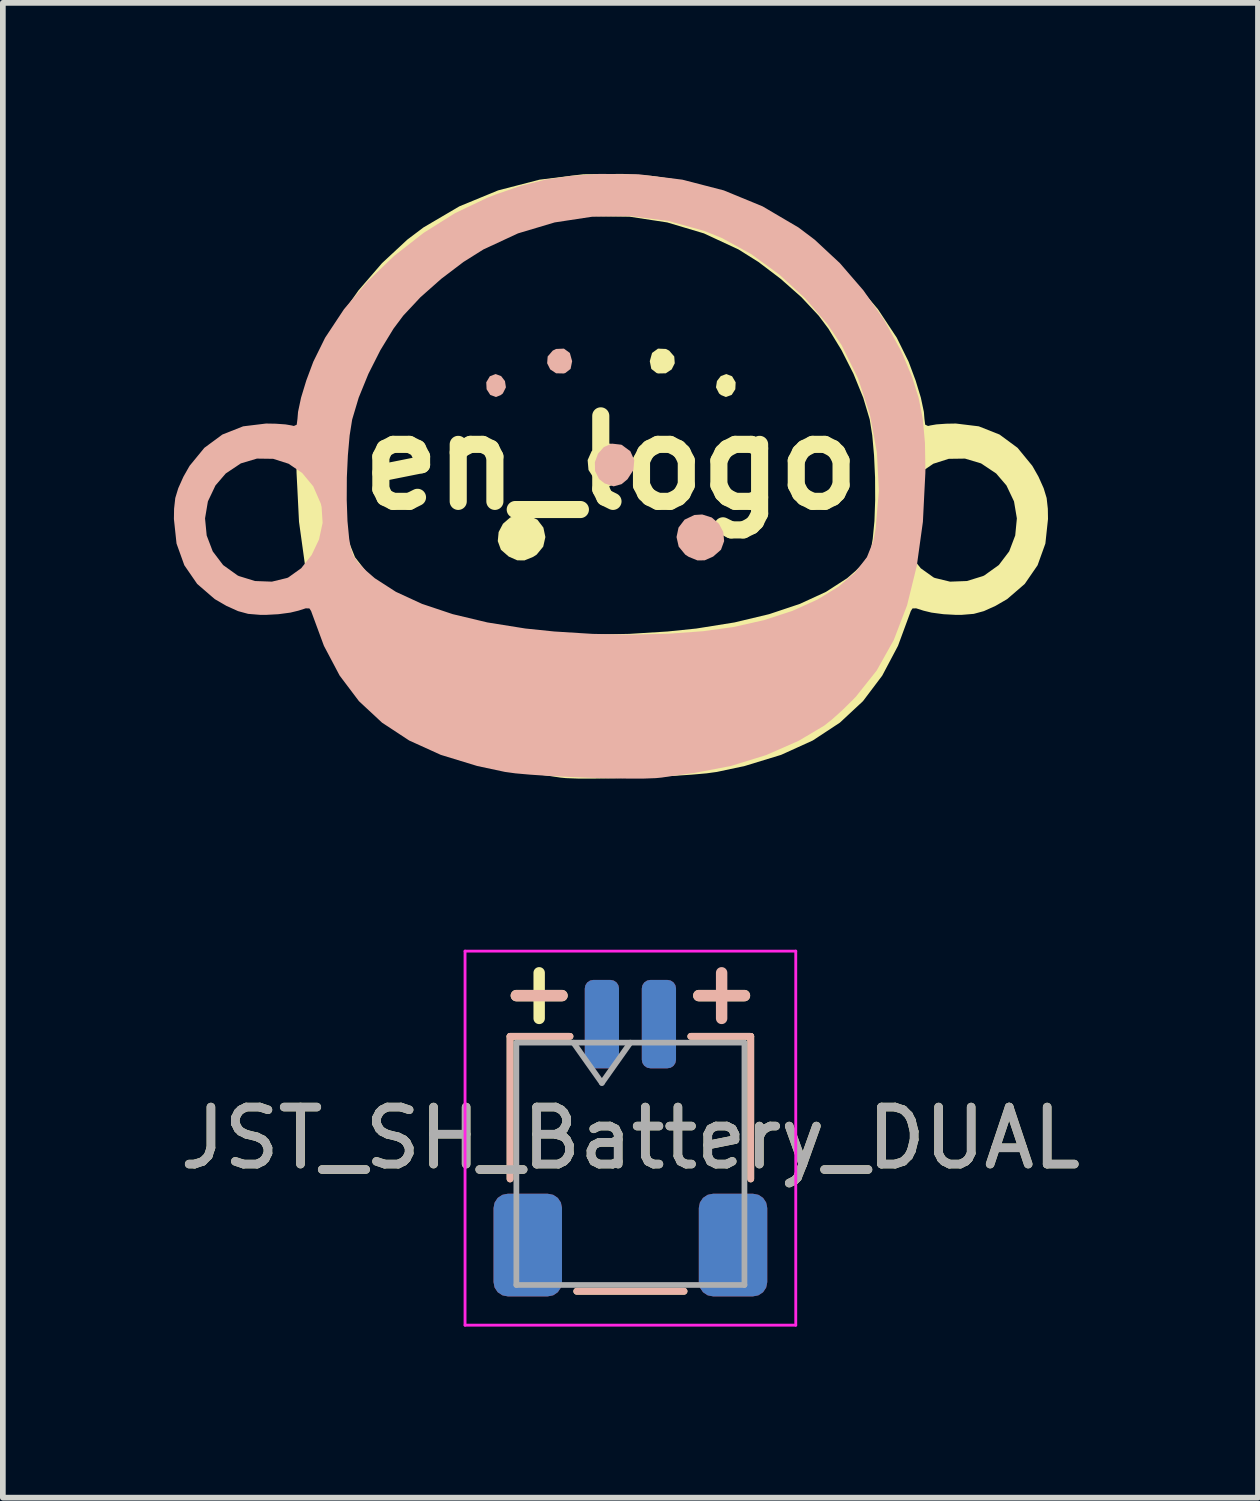
<source format=kicad_pcb>
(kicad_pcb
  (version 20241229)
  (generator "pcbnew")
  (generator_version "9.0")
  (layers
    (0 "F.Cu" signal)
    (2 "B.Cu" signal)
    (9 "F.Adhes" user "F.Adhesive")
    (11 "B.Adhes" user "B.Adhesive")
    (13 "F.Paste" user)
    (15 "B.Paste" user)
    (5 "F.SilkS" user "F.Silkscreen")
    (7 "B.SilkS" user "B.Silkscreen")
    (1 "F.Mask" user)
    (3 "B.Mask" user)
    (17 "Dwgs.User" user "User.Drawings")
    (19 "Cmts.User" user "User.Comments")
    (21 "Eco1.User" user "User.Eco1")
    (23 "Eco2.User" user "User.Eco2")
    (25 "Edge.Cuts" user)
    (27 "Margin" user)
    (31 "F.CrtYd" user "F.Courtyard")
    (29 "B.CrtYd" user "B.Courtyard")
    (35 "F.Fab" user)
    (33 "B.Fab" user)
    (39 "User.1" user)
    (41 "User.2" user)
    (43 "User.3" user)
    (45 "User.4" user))
  (footprint "JST_SH_Battery_DUAL"
    (layer "F.Cu")
    (at 8.006 16.911)
    (property "Reference" "JST_SH_Battery_DUAL" (at 0 0 0) (layer "F.SilkS") (effects (font (size 1 1) (thickness 0.15))))
    (attr smd)
    (fp_line (start -2.11 -1.785) (end -1.06 -1.785) (stroke (width 0.12) (type solid)) (layer "F.SilkS"))
    (fp_line (start -2.11 0.715) (end -2.11 -1.785) (stroke (width 0.12) (type solid)) (layer "F.SilkS"))
    (fp_line (start -2 -2.5) (end -1.2 -2.5) (stroke (width 0.2) (type default)) (layer "F.SilkS"))
    (fp_line (start -1.6 -2.9) (end -1.6 -2.1) (stroke (width 0.2) (type default)) (layer "F.SilkS"))
    (fp_line (start -0.94 2.685) (end 0.94 2.685) (stroke (width 0.12) (type solid)) (layer "F.SilkS"))
    (fp_line (start 1.2 -2.5) (end 2 -2.5) (stroke (width 0.2) (type default)) (layer "F.SilkS"))
    (fp_line (start 2.11 -1.785) (end 1.06 -1.785) (stroke (width 0.12) (type solid)) (layer "F.SilkS"))
    (fp_line (start 2.11 0.715) (end 2.11 -1.785) (stroke (width 0.12) (type solid)) (layer "F.SilkS"))
    (fp_line (start -2.11 -1.785) (end -1.06 -1.785) (stroke (width 0.12) (type solid)) (layer "B.SilkS"))
    (fp_line (start -2.11 0.715) (end -2.11 -1.785) (stroke (width 0.12) (type solid)) (layer "B.SilkS"))
    (fp_line (start -1.2 -2.5) (end -2 -2.5) (stroke (width 0.2) (type default)) (layer "B.SilkS"))
    (fp_line (start 0.94 2.685) (end -0.94 2.685) (stroke (width 0.12) (type solid)) (layer "B.SilkS"))
    (fp_line (start 1.6 -2.9) (end 1.6 -2.1) (stroke (width 0.2) (type default)) (layer "B.SilkS"))
    (fp_line (start 2 -2.5) (end 1.2 -2.5) (stroke (width 0.2) (type default)) (layer "B.SilkS"))
    (fp_line (start 2.11 -1.785) (end 1.06 -1.785) (stroke (width 0.12) (type solid)) (layer "B.SilkS"))
    (fp_line (start 2.11 0.715) (end 2.11 -1.785) (stroke (width 0.12) (type solid)) (layer "B.SilkS"))
    (fp_line (start -2.9 -3.28) (end -2.9 3.28) (stroke (width 0.05) (type solid)) (layer "F.CrtYd"))
    (fp_line (start -2.9 3.28) (end 2.9 3.28) (stroke (width 0.05) (type solid)) (layer "F.CrtYd"))
    (fp_line (start 2.9 -3.28) (end -2.9 -3.28) (stroke (width 0.05) (type solid)) (layer "F.CrtYd"))
    (fp_line (start 2.9 3.28) (end 2.9 -3.28) (stroke (width 0.05) (type solid)) (layer "F.CrtYd"))
    (fp_line (start -2 -1.675) (end -2 2.575) (stroke (width 0.1) (type solid)) (layer "F.Fab"))
    (fp_line (start -2 -1.675) (end 2 -1.675) (stroke (width 0.1) (type solid)) (layer "F.Fab"))
    (fp_line (start -2 2.575) (end 2 2.575) (stroke (width 0.1) (type solid)) (layer "F.Fab"))
    (fp_line (start -1 -1.675) (end -0.5 -0.968) (stroke (width 0.1) (type solid)) (layer "F.Fab"))
    (fp_line (start -0.5 -0.968) (end 0 -1.675) (stroke (width 0.1) (type solid)) (layer "F.Fab"))
    (fp_line (start 2 -1.675) (end 2 2.575) (stroke (width 0.1) (type solid)) (layer "F.Fab"))
    (fp_text user "${REFERENCE}" (at 0 0 0) (layer "F.Fab") (effects (font (size 1 1) (thickness 0.15))))
    (pad "1" smd roundrect (at -0.5 -2) (size 0.6 1.55) (layers "F.Cu" "F.Mask" "F.Paste") (roundrect_rratio 0.25))
    (pad "1" smd roundrect (at 0.5 -2) (size 0.6 1.55) (layers "B.Cu" "B.Mask" "B.Paste") (roundrect_rratio 0.25))
    (pad "2" smd roundrect (at -0.5 -2) (size 0.6 1.55) (layers "B.Cu" "B.Mask" "B.Paste") (roundrect_rratio 0.25))
    (pad "2" smd roundrect (at 0.5 -2) (size 0.6 1.55) (layers "F.Cu" "F.Mask" "F.Paste") (roundrect_rratio 0.25))
    (pad "MP" smd roundrect (at -1.8 1.875) (size 1.2 1.8) (layers "F.Cu" "F.Mask" "F.Paste") (roundrect_rratio 0.208))
    (pad "MP" smd roundrect (at -1.8 1.875) (size 1.2 1.8) (layers "B.Cu" "B.Mask" "B.Paste") (roundrect_rratio 0.208))
    (pad "MP" smd roundrect (at 1.8 1.875) (size 1.2 1.8) (layers "F.Cu" "F.Mask" "F.Paste") (roundrect_rratio 0.208))
    (pad "MP" smd roundrect (at 1.8 1.875) (size 1.2 1.8) (layers "B.Cu" "B.Mask" "B.Paste") (roundrect_rratio 0.208)))
  (footprint "en_logo"
    (layer "F.Cu")
    (at 7.665 5.065)
    (property "Reference" "en_logo" (at 0 0 0) (layer "F.SilkS") (effects (font (size 1.5 1.5) (thickness 0.3))))
    (attr board_only exclude_from_pos_files exclude_from_bom)
    (fp_poly (pts (xy 2.124 -1.516) (xy 2.187 -1.41) (xy 2.181 -1.288) (xy 2.117 -1.189) (xy 2.016 -1.152) (xy 1.932 -1.186) (xy 1.896 -1.215) (xy 1.842 -1.322) (xy 1.859 -1.432) (xy 1.926 -1.519) (xy 2.023 -1.555)) (stroke (width 0) (type solid)) (fill yes) (layer "F.SilkS"))
    (fp_poly (pts (xy 0.963 -1.995) (xy 1.021 -1.966) (xy 1.11 -1.863) (xy 1.119 -1.744) (xy 1.065 -1.636) (xy 0.962 -1.568) (xy 0.826 -1.565) (xy 0.799 -1.574) (xy 0.708 -1.645) (xy 0.681 -1.779) (xy 0.681 -1.781) (xy 0.721 -1.925) (xy 0.825 -2.001)) (stroke (width 0) (type solid)) (fill yes) (layer "F.SilkS"))
    (fp_poly (pts (xy 0.125 -0.274) (xy 0.227 -0.158) (xy 0.282 -0.01) (xy 0.279 0.146) (xy 0.209 0.286) (xy 0.111 0.363) (xy -0.047 0.415) (xy -0.187 0.376) (xy -0.29 0.29) (xy -0.394 0.127) (xy -0.409 -0.046) (xy -0.34 -0.201) (xy -0.193 -0.31) (xy -0.18 -0.316) (xy -0.014 -0.335)) (stroke (width 0) (type solid)) (fill yes) (layer "F.SilkS"))
    (fp_poly (pts (xy -1.463 0.917) (xy -1.291 0.999) (xy -1.185 1.138) (xy -1.15 1.304) (xy -1.188 1.472) (xy -1.303 1.612) (xy -1.365 1.652) (xy -1.518 1.714) (xy -1.644 1.712) (xy -1.793 1.646) (xy -1.93 1.526) (xy -1.985 1.375) (xy -1.97 1.216) (xy -1.894 1.071) (xy -1.768 0.961) (xy -1.6 0.908)) (stroke (width 0) (type solid)) (fill yes) (layer "F.SilkS"))
    (fp_poly (pts (xy 0.704 -5.031) (xy 1.144 -4.966) (xy 1.566 -4.861) (xy 2.015 -4.707) (xy 2.173 -4.645) (xy 2.738 -4.375) (xy 3.287 -4.03) (xy 3.804 -3.626) (xy 4.274 -3.175) (xy 4.682 -2.692) (xy 5.013 -2.192) (xy 5.22 -1.772) (xy 5.343 -1.443) (xy 5.435 -1.141) (xy 5.488 -0.891) (xy 5.498 -0.769) (xy 5.511 -0.667) (xy 5.561 -0.644) (xy 5.603 -0.654) (xy 5.708 -0.672) (xy 5.879 -0.684) (xy 6.049 -0.687) (xy 6.451 -0.638) (xy 6.815 -0.494) (xy 7.131 -0.261) (xy 7.39 0.055) (xy 7.498 0.245) (xy 7.589 0.448) (xy 7.641 0.619) (xy 7.662 0.807) (xy 7.665 0.987) (xy 7.619 1.418) (xy 7.482 1.799) (xy 7.257 2.126) (xy 6.949 2.392) (xy 6.744 2.511) (xy 6.54 2.603) (xy 6.363 2.651) (xy 6.158 2.668) (xy 6.054 2.669) (xy 5.832 2.657) (xy 5.622 2.629) (xy 5.482 2.595) (xy 5.353 2.554) (xy 5.288 2.556) (xy 5.258 2.603) (xy 5.256 2.61) (xy 5.034 3.212) (xy 4.758 3.734) (xy 4.42 4.182) (xy 4.015 4.559) (xy 3.539 4.872) (xy 2.984 5.124) (xy 2.346 5.319) (xy 1.859 5.423) (xy 1.677 5.448) (xy 1.418 5.471) (xy 1.105 5.492) (xy 0.756 5.51) (xy 0.394 5.525) (xy 0.037 5.535) (xy -0.292 5.54) (xy -0.573 5.54) (xy -0.787 5.532) (xy -0.89 5.522) (xy -1.002 5.505) (xy -1.184 5.479) (xy -1.402 5.449) (xy -1.466 5.441) (xy -2.107 5.318) (xy -2.724 5.127) (xy -3.293 4.877) (xy -3.739 4.612) (xy -3.876 4.504) (xy -4.052 4.346) (xy -4.235 4.166) (xy -4.297 4.102) (xy -4.661 3.644) (xy -4.96 3.11) (xy -5.194 2.499) (xy -5.364 1.808) (xy -5.471 1.036) (xy -5.498 0.492) (xy -4.699 0.492) (xy -4.642 1.153) (xy -4.601 1.377) (xy -4.489 1.657) (xy -4.282 1.925) (xy -3.989 2.175) (xy -3.619 2.401) (xy -3.181 2.599) (xy -2.684 2.761) (xy -2.147 2.882) (xy -1.615 2.955) (xy -1.009 2.999) (xy -0.354 3.015) (xy 0.322 3.002) (xy 0.994 2.96) (xy 1.5 2.908) (xy 2.168 2.801) (xy 2.775 2.656) (xy 3.313 2.476) (xy 3.771 2.265) (xy 4.142 2.026) (xy 4.293 1.895) (xy 4.435 1.749) (xy 4.518 1.628) (xy 4.564 1.492) (xy 4.591 1.335) (xy 4.618 1.055) (xy 5.057 1.055) (xy 5.12 1.346) (xy 5.25 1.62) (xy 5.433 1.851) (xy 5.657 2.011) (xy 5.679 2.021) (xy 5.947 2.086) (xy 6.243 2.075) (xy 6.525 1.988) (xy 6.548 1.977) (xy 6.802 1.795) (xy 6.984 1.555) (xy 7.09 1.276) (xy 7.119 0.977) (xy 7.069 0.679) (xy 6.936 0.399) (xy 6.756 0.189) (xy 6.491 0.012) (xy 6.209 -0.072) (xy 5.924 -0.068) (xy 5.654 0.018) (xy 5.415 0.181) (xy 5.221 0.415) (xy 5.09 0.715) (xy 5.075 0.776) (xy 5.057 1.055) (xy 4.618 1.055) (xy 4.621 1.023) (xy 4.634 0.653) (xy 4.632 0.258) (xy 4.614 -0.129) (xy 4.583 -0.478) (xy 4.539 -0.755) (xy 4.538 -0.759) (xy 4.424 -1.141) (xy 4.254 -1.558) (xy 4.044 -1.973) (xy 3.814 -2.35) (xy 3.642 -2.58) (xy 3.341 -2.902) (xy 2.976 -3.225) (xy 2.586 -3.521) (xy 2.237 -3.74) (xy 1.63 -4.022) (xy 0.987 -4.214) (xy 0.324 -4.315) (xy -0.344 -4.324) (xy -1.004 -4.24) (xy -1.64 -4.064) (xy -1.95 -3.938) (xy -2.455 -3.661) (xy -2.948 -3.303) (xy -3.404 -2.884) (xy -3.798 -2.427) (xy -4.043 -2.065) (xy -4.333 -1.479) (xy -4.541 -0.844) (xy -4.664 -0.181) (xy -4.699 0.492) (xy -5.498 0.492) (xy -5.514 0.182) (xy -5.515 0.131) (xy -5.507 -0.35) (xy -5.47 -0.761) (xy -5.397 -1.135) (xy -5.281 -1.504) (xy -5.115 -1.902) (xy -5.08 -1.976) (xy -4.789 -2.507) (xy -4.427 -3.023) (xy -4.015 -3.5) (xy -3.572 -3.912) (xy -3.29 -4.125) (xy -2.659 -4.496) (xy -1.979 -4.776) (xy -1.252 -4.964) (xy -0.484 -5.059) (xy 0.204 -5.065)) (stroke (width 0) (type solid)) (fill yes) (layer "F.SilkS"))
    (fp_poly (pts (xy -2.124 -1.516) (xy -2.187 -1.41) (xy -2.181 -1.288) (xy -2.117 -1.189) (xy -2.016 -1.152) (xy -1.932 -1.186) (xy -1.896 -1.215) (xy -1.842 -1.322) (xy -1.859 -1.432) (xy -1.926 -1.519) (xy -2.023 -1.555)) (stroke (width 0) (type solid)) (fill yes) (layer "B.SilkS"))
    (fp_poly (pts (xy -0.963 -1.995) (xy -1.021 -1.966) (xy -1.11 -1.863) (xy -1.119 -1.744) (xy -1.065 -1.636) (xy -0.962 -1.568) (xy -0.826 -1.565) (xy -0.799 -1.574) (xy -0.708 -1.645) (xy -0.681 -1.779) (xy -0.681 -1.781) (xy -0.721 -1.925) (xy -0.825 -2.001)) (stroke (width 0) (type solid)) (fill yes) (layer "B.SilkS"))
    (fp_poly (pts (xy -0.125 -0.274) (xy -0.227 -0.158) (xy -0.282 -0.01) (xy -0.279 0.146) (xy -0.209 0.286) (xy -0.111 0.363) (xy 0.047 0.415) (xy 0.187 0.376) (xy 0.29 0.29) (xy 0.394 0.127) (xy 0.409 -0.046) (xy 0.34 -0.201) (xy 0.193 -0.31) (xy 0.18 -0.316) (xy 0.014 -0.335)) (stroke (width 0) (type solid)) (fill yes) (layer "B.SilkS"))
    (fp_poly (pts (xy 1.463 0.917) (xy 1.291 0.999) (xy 1.185 1.138) (xy 1.15 1.304) (xy 1.188 1.472) (xy 1.303 1.612) (xy 1.365 1.652) (xy 1.518 1.714) (xy 1.644 1.712) (xy 1.793 1.646) (xy 1.93 1.526) (xy 1.985 1.375) (xy 1.97 1.216) (xy 1.894 1.071) (xy 1.768 0.961) (xy 1.6 0.908)) (stroke (width 0) (type solid)) (fill yes) (layer "B.SilkS"))
    (fp_poly (pts (xy -0.704 -5.031) (xy -1.144 -4.966) (xy -1.566 -4.861) (xy -2.015 -4.707) (xy -2.173 -4.645) (xy -2.738 -4.375) (xy -3.287 -4.03) (xy -3.804 -3.626) (xy -4.274 -3.175) (xy -4.682 -2.692) (xy -5.013 -2.192) (xy -5.22 -1.772) (xy -5.343 -1.443) (xy -5.435 -1.141) (xy -5.488 -0.891) (xy -5.498 -0.769) (xy -5.511 -0.667) (xy -5.561 -0.644) (xy -5.603 -0.654) (xy -5.708 -0.672) (xy -5.879 -0.684) (xy -6.049 -0.687) (xy -6.451 -0.638) (xy -6.815 -0.494) (xy -7.131 -0.261) (xy -7.39 0.055) (xy -7.498 0.245) (xy -7.589 0.448) (xy -7.641 0.619) (xy -7.662 0.807) (xy -7.665 0.987) (xy -7.619 1.418) (xy -7.482 1.799) (xy -7.257 2.126) (xy -6.949 2.392) (xy -6.744 2.511) (xy -6.54 2.603) (xy -6.363 2.651) (xy -6.158 2.668) (xy -6.054 2.669) (xy -5.832 2.657) (xy -5.622 2.629) (xy -5.482 2.595) (xy -5.353 2.554) (xy -5.288 2.556) (xy -5.258 2.603) (xy -5.256 2.61) (xy -5.034 3.212) (xy -4.758 3.734) (xy -4.42 4.182) (xy -4.015 4.559) (xy -3.539 4.872) (xy -2.984 5.124) (xy -2.346 5.319) (xy -1.859 5.423) (xy -1.677 5.448) (xy -1.418 5.471) (xy -1.105 5.492) (xy -0.756 5.51) (xy -0.394 5.525) (xy -0.037 5.535) (xy 0.292 5.54) (xy 0.573 5.54) (xy 0.787 5.532) (xy 0.89 5.522) (xy 1.002 5.505) (xy 1.184 5.479) (xy 1.402 5.449) (xy 1.466 5.441) (xy 2.107 5.318) (xy 2.724 5.127) (xy 3.293 4.877) (xy 3.739 4.612) (xy 3.876 4.504) (xy 4.052 4.346) (xy 4.235 4.166) (xy 4.297 4.102) (xy 4.661 3.644) (xy 4.96 3.11) (xy 5.194 2.499) (xy 5.364 1.808) (xy 5.471 1.036) (xy 5.498 0.492) (xy 4.699 0.492) (xy 4.642 1.153) (xy 4.601 1.377) (xy 4.489 1.657) (xy 4.282 1.925) (xy 3.989 2.175) (xy 3.619 2.401) (xy 3.181 2.599) (xy 2.684 2.761) (xy 2.147 2.882) (xy 1.615 2.955) (xy 1.009 2.999) (xy 0.354 3.015) (xy -0.322 3.002) (xy -0.994 2.96) (xy -1.5 2.908) (xy -2.168 2.801) (xy -2.775 2.656) (xy -3.313 2.476) (xy -3.771 2.265) (xy -4.142 2.026) (xy -4.293 1.895) (xy -4.435 1.749) (xy -4.518 1.628) (xy -4.564 1.492) (xy -4.591 1.335) (xy -4.618 1.055) (xy -5.057 1.055) (xy -5.12 1.346) (xy -5.25 1.62) (xy -5.433 1.851) (xy -5.657 2.011) (xy -5.679 2.021) (xy -5.947 2.086) (xy -6.243 2.075) (xy -6.525 1.988) (xy -6.548 1.977) (xy -6.802 1.795) (xy -6.984 1.555) (xy -7.09 1.276) (xy -7.119 0.977) (xy -7.069 0.679) (xy -6.936 0.399) (xy -6.756 0.189) (xy -6.491 0.012) (xy -6.209 -0.072) (xy -5.924 -0.068) (xy -5.654 0.018) (xy -5.415 0.181) (xy -5.221 0.415) (xy -5.09 0.715) (xy -5.075 0.776) (xy -5.057 1.055) (xy -4.618 1.055) (xy -4.621 1.023) (xy -4.634 0.653) (xy -4.632 0.258) (xy -4.614 -0.129) (xy -4.583 -0.478) (xy -4.539 -0.755) (xy -4.538 -0.759) (xy -4.424 -1.141) (xy -4.254 -1.558) (xy -4.044 -1.973) (xy -3.814 -2.35) (xy -3.642 -2.58) (xy -3.341 -2.902) (xy -2.976 -3.225) (xy -2.586 -3.521) (xy -2.237 -3.74) (xy -1.63 -4.022) (xy -0.987 -4.214) (xy -0.324 -4.315) (xy 0.344 -4.324) (xy 1.004 -4.24) (xy 1.64 -4.064) (xy 1.95 -3.938) (xy 2.455 -3.661) (xy 2.948 -3.303) (xy 3.404 -2.884) (xy 3.798 -2.427) (xy 4.043 -2.065) (xy 4.333 -1.479) (xy 4.541 -0.844) (xy 4.664 -0.181) (xy 4.699 0.492) (xy 5.498 0.492) (xy 5.514 0.182) (xy 5.515 0.131) (xy 5.507 -0.35) (xy 5.47 -0.761) (xy 5.397 -1.135) (xy 5.281 -1.504) (xy 5.115 -1.902) (xy 5.08 -1.976) (xy 4.789 -2.507) (xy 4.427 -3.023) (xy 4.015 -3.5) (xy 3.572 -3.912) (xy 3.29 -4.125) (xy 2.659 -4.496) (xy 1.979 -4.776) (xy 1.252 -4.964) (xy 0.484 -5.059) (xy -0.204 -5.065)) (stroke (width 0) (type solid)) (fill yes) (layer "B.SilkS")))
  (gr_rect
    (start -3 -3)
    (end 19.012 23.216)
    (stroke (width 0.1) (type default))
    (fill no)
    (layer "Edge.Cuts")))
</source>
